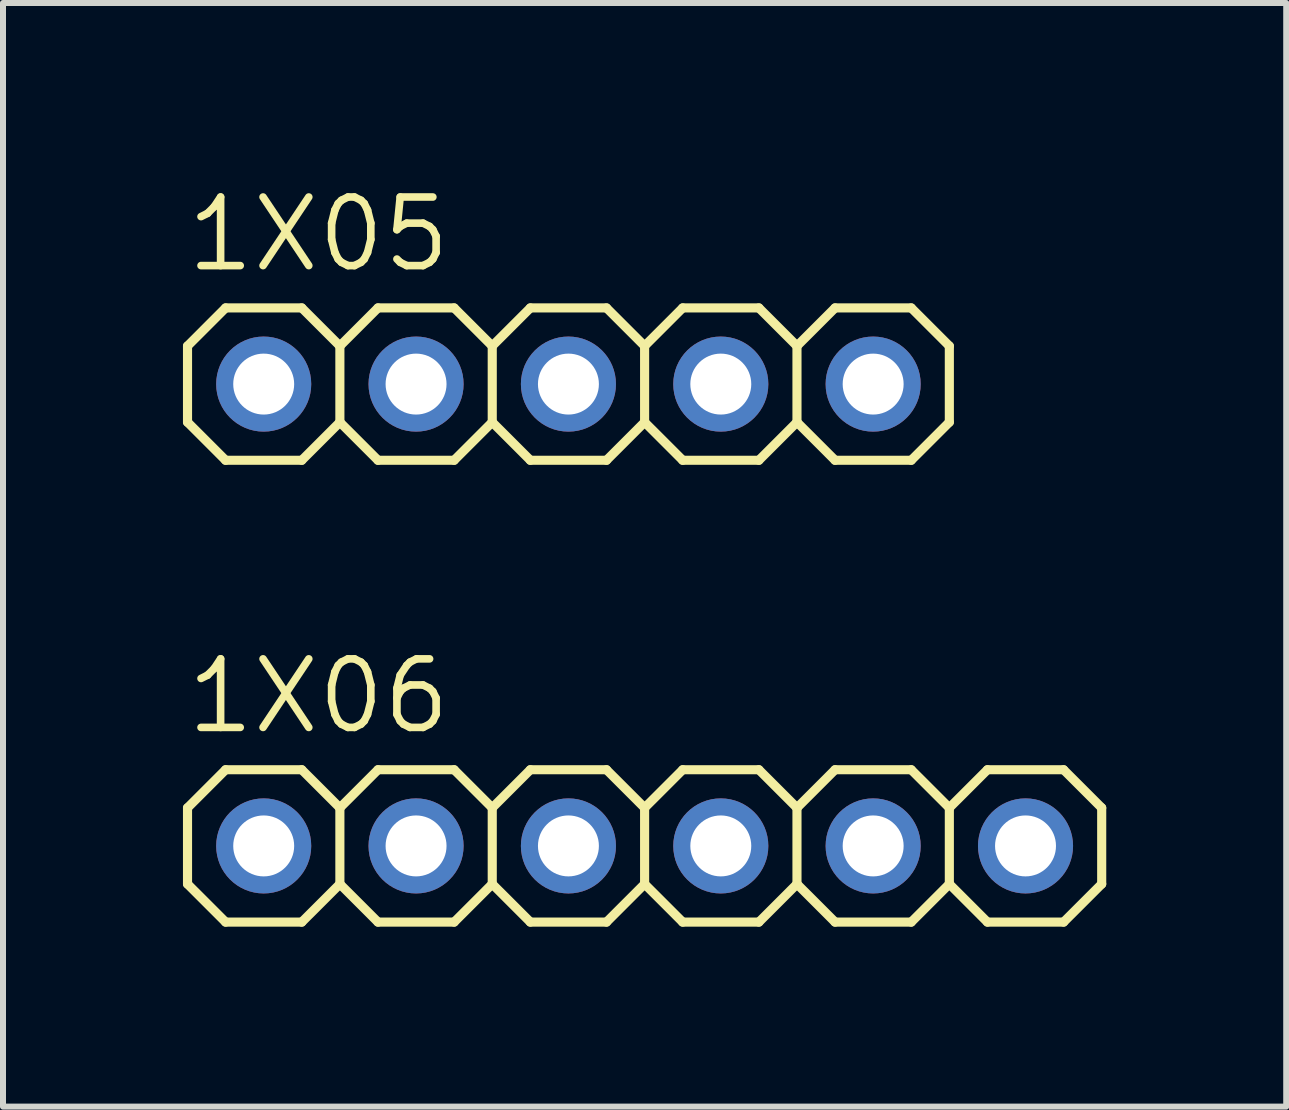
<source format=kicad_pcb>
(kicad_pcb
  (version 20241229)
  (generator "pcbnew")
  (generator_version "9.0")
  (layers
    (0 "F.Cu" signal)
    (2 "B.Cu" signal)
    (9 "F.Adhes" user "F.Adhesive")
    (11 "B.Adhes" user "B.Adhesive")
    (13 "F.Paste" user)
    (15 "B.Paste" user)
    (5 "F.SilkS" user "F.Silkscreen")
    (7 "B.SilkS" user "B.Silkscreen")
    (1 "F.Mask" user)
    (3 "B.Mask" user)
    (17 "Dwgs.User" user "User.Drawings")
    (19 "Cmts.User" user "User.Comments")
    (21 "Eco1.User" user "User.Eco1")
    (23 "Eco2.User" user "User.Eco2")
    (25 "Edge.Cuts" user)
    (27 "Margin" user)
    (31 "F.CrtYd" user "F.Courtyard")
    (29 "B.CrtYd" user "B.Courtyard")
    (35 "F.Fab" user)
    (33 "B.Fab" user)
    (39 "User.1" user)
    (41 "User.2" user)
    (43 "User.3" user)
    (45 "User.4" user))
  (footprint "1X05"
    (layer "F.Cu")
    (at 6.426 3.353)
    (property "Reference" "1X05" (at -6.426 -1.829 0) (layer "F.SilkS") (effects (font (size 1.143 1.143) (thickness 0.127)) (justify left bottom)))
    (fp_line (start -6.35 -0.635) (end -6.35 0.635) (stroke (width 0.152) (type solid)) (layer "F.SilkS"))
    (fp_line (start -6.35 0.635) (end -5.715 1.27) (stroke (width 0.152) (type solid)) (layer "F.SilkS"))
    (fp_line (start -5.715 -1.27) (end -6.35 -0.635) (stroke (width 0.152) (type solid)) (layer "F.SilkS"))
    (fp_line (start -5.715 -1.27) (end -4.445 -1.27) (stroke (width 0.152) (type solid)) (layer "F.SilkS"))
    (fp_line (start -4.445 -1.27) (end -3.81 -0.635) (stroke (width 0.152) (type solid)) (layer "F.SilkS"))
    (fp_line (start -4.445 1.27) (end -5.715 1.27) (stroke (width 0.152) (type solid)) (layer "F.SilkS"))
    (fp_line (start -3.81 -0.635) (end -3.81 0.635) (stroke (width 0.152) (type solid)) (layer "F.SilkS"))
    (fp_line (start -3.81 -0.635) (end -3.175 -1.27) (stroke (width 0.152) (type solid)) (layer "F.SilkS"))
    (fp_line (start -3.81 0.635) (end -4.445 1.27) (stroke (width 0.152) (type solid)) (layer "F.SilkS"))
    (fp_line (start -3.175 -1.27) (end -1.905 -1.27) (stroke (width 0.152) (type solid)) (layer "F.SilkS"))
    (fp_line (start -3.175 1.27) (end -3.81 0.635) (stroke (width 0.152) (type solid)) (layer "F.SilkS"))
    (fp_line (start -1.905 -1.27) (end -1.27 -0.635) (stroke (width 0.152) (type solid)) (layer "F.SilkS"))
    (fp_line (start -1.905 1.27) (end -3.175 1.27) (stroke (width 0.152) (type solid)) (layer "F.SilkS"))
    (fp_line (start -1.27 -0.635) (end -1.27 0.635) (stroke (width 0.152) (type solid)) (layer "F.SilkS"))
    (fp_line (start -1.27 -0.635) (end -0.635 -1.27) (stroke (width 0.152) (type solid)) (layer "F.SilkS"))
    (fp_line (start -1.27 0.635) (end -1.905 1.27) (stroke (width 0.152) (type solid)) (layer "F.SilkS"))
    (fp_line (start -0.635 -1.27) (end 0.635 -1.27) (stroke (width 0.152) (type solid)) (layer "F.SilkS"))
    (fp_line (start -0.635 1.27) (end -1.27 0.635) (stroke (width 0.152) (type solid)) (layer "F.SilkS"))
    (fp_line (start 0.635 -1.27) (end 1.27 -0.635) (stroke (width 0.152) (type solid)) (layer "F.SilkS"))
    (fp_line (start 0.635 1.27) (end -0.635 1.27) (stroke (width 0.152) (type solid)) (layer "F.SilkS"))
    (fp_line (start 1.27 -0.635) (end 1.27 0.635) (stroke (width 0.152) (type solid)) (layer "F.SilkS"))
    (fp_line (start 1.27 0.635) (end 0.635 1.27) (stroke (width 0.152) (type solid)) (layer "F.SilkS"))
    (fp_line (start 1.27 0.635) (end 1.905 1.27) (stroke (width 0.152) (type solid)) (layer "F.SilkS"))
    (fp_line (start 1.905 -1.27) (end 1.27 -0.635) (stroke (width 0.152) (type solid)) (layer "F.SilkS"))
    (fp_line (start 1.905 -1.27) (end 3.175 -1.27) (stroke (width 0.152) (type solid)) (layer "F.SilkS"))
    (fp_line (start 3.175 -1.27) (end 3.81 -0.635) (stroke (width 0.152) (type solid)) (layer "F.SilkS"))
    (fp_line (start 3.175 1.27) (end 1.905 1.27) (stroke (width 0.152) (type solid)) (layer "F.SilkS"))
    (fp_line (start 3.81 -0.635) (end 3.81 0.635) (stroke (width 0.152) (type solid)) (layer "F.SilkS"))
    (fp_line (start 3.81 0.635) (end 3.175 1.27) (stroke (width 0.152) (type solid)) (layer "F.SilkS"))
    (fp_line (start 3.81 0.635) (end 4.445 1.27) (stroke (width 0.152) (type solid)) (layer "F.SilkS"))
    (fp_line (start 4.445 -1.27) (end 3.81 -0.635) (stroke (width 0.152) (type solid)) (layer "F.SilkS"))
    (fp_line (start 4.445 -1.27) (end 5.715 -1.27) (stroke (width 0.152) (type solid)) (layer "F.SilkS"))
    (fp_line (start 5.715 -1.27) (end 6.35 -0.635) (stroke (width 0.152) (type solid)) (layer "F.SilkS"))
    (fp_line (start 5.715 1.27) (end 4.445 1.27) (stroke (width 0.152) (type solid)) (layer "F.SilkS"))
    (fp_line (start 6.35 -0.635) (end 6.35 0.635) (stroke (width 0.152) (type solid)) (layer "F.SilkS"))
    (fp_line (start 6.35 0.635) (end 5.715 1.27) (stroke (width 0.152) (type solid)) (layer "F.SilkS"))
    (fp_poly (pts (xy -5.334 0.254) (xy -4.826 0.254) (xy -4.826 -0.254) (xy -5.334 -0.254)) (stroke (width 0.1) (type solid)) (fill no) (layer "F.Fab"))
    (fp_poly (pts (xy -2.794 0.254) (xy -2.286 0.254) (xy -2.286 -0.254) (xy -2.794 -0.254)) (stroke (width 0.1) (type solid)) (fill no) (layer "F.Fab"))
    (fp_poly (pts (xy -0.254 0.254) (xy 0.254 0.254) (xy 0.254 -0.254) (xy -0.254 -0.254)) (stroke (width 0.1) (type solid)) (fill no) (layer "F.Fab"))
    (fp_poly (pts (xy 2.286 0.254) (xy 2.794 0.254) (xy 2.794 -0.254) (xy 2.286 -0.254)) (stroke (width 0.1) (type solid)) (fill no) (layer "F.Fab"))
    (fp_poly (pts (xy 4.826 0.254) (xy 5.334 0.254) (xy 5.334 -0.254) (xy 4.826 -0.254)) (stroke (width 0.1) (type solid)) (fill no) (layer "F.Fab"))
    (pad "1" thru_hole circle (at -5.08 0 90) (size 1.585 1.585) (drill 1.016) (layers "*.Cu" "*.Mask"))
    (pad "2" thru_hole circle (at -2.54 0 90) (size 1.585 1.585) (drill 1.016) (layers "*.Cu" "*.Mask"))
    (pad "3" thru_hole circle (at 0 0 90) (size 1.585 1.585) (drill 1.016) (layers "*.Cu" "*.Mask"))
    (pad "4" thru_hole circle (at 2.54 0 90) (size 1.585 1.585) (drill 1.016) (layers "*.Cu" "*.Mask"))
    (pad "5" thru_hole circle (at 5.08 0 90) (size 1.585 1.585) (drill 1.016) (layers "*.Cu" "*.Mask")))
  (footprint "1X06"
    (layer "F.Cu")
    (at 7.696 11.052)
    (property "Reference" "1X06" (at -7.696 -1.829 0) (layer "F.SilkS") (effects (font (size 1.143 1.143) (thickness 0.127)) (justify left bottom)))
    (fp_line (start -7.62 -0.635) (end -7.62 0.635) (stroke (width 0.152) (type solid)) (layer "F.SilkS"))
    (fp_line (start -7.62 0.635) (end -6.985 1.27) (stroke (width 0.152) (type solid)) (layer "F.SilkS"))
    (fp_line (start -6.985 -1.27) (end -7.62 -0.635) (stroke (width 0.152) (type solid)) (layer "F.SilkS"))
    (fp_line (start -6.985 -1.27) (end -5.715 -1.27) (stroke (width 0.152) (type solid)) (layer "F.SilkS"))
    (fp_line (start -5.715 -1.27) (end -5.08 -0.635) (stroke (width 0.152) (type solid)) (layer "F.SilkS"))
    (fp_line (start -5.715 1.27) (end -6.985 1.27) (stroke (width 0.152) (type solid)) (layer "F.SilkS"))
    (fp_line (start -5.08 -0.635) (end -5.08 0.635) (stroke (width 0.152) (type solid)) (layer "F.SilkS"))
    (fp_line (start -5.08 -0.635) (end -4.445 -1.27) (stroke (width 0.152) (type solid)) (layer "F.SilkS"))
    (fp_line (start -5.08 0.635) (end -5.715 1.27) (stroke (width 0.152) (type solid)) (layer "F.SilkS"))
    (fp_line (start -4.445 -1.27) (end -3.175 -1.27) (stroke (width 0.152) (type solid)) (layer "F.SilkS"))
    (fp_line (start -4.445 1.27) (end -5.08 0.635) (stroke (width 0.152) (type solid)) (layer "F.SilkS"))
    (fp_line (start -3.175 -1.27) (end -2.54 -0.635) (stroke (width 0.152) (type solid)) (layer "F.SilkS"))
    (fp_line (start -3.175 1.27) (end -4.445 1.27) (stroke (width 0.152) (type solid)) (layer "F.SilkS"))
    (fp_line (start -2.54 -0.635) (end -2.54 0.635) (stroke (width 0.152) (type solid)) (layer "F.SilkS"))
    (fp_line (start -2.54 -0.635) (end -1.905 -1.27) (stroke (width 0.152) (type solid)) (layer "F.SilkS"))
    (fp_line (start -2.54 0.635) (end -3.175 1.27) (stroke (width 0.152) (type solid)) (layer "F.SilkS"))
    (fp_line (start -1.905 -1.27) (end -0.635 -1.27) (stroke (width 0.152) (type solid)) (layer "F.SilkS"))
    (fp_line (start -1.905 1.27) (end -2.54 0.635) (stroke (width 0.152) (type solid)) (layer "F.SilkS"))
    (fp_line (start -0.635 -1.27) (end 0 -0.635) (stroke (width 0.152) (type solid)) (layer "F.SilkS"))
    (fp_line (start -0.635 1.27) (end -1.905 1.27) (stroke (width 0.152) (type solid)) (layer "F.SilkS"))
    (fp_line (start 0 -0.635) (end 0 0.635) (stroke (width 0.152) (type solid)) (layer "F.SilkS"))
    (fp_line (start 0 0.635) (end -0.635 1.27) (stroke (width 0.152) (type solid)) (layer "F.SilkS"))
    (fp_line (start 0 0.635) (end 0.635 1.27) (stroke (width 0.152) (type solid)) (layer "F.SilkS"))
    (fp_line (start 0.635 -1.27) (end 0 -0.635) (stroke (width 0.152) (type solid)) (layer "F.SilkS"))
    (fp_line (start 0.635 -1.27) (end 1.905 -1.27) (stroke (width 0.152) (type solid)) (layer "F.SilkS"))
    (fp_line (start 1.905 -1.27) (end 2.54 -0.635) (stroke (width 0.152) (type solid)) (layer "F.SilkS"))
    (fp_line (start 1.905 1.27) (end 0.635 1.27) (stroke (width 0.152) (type solid)) (layer "F.SilkS"))
    (fp_line (start 2.54 -0.635) (end 2.54 0.635) (stroke (width 0.152) (type solid)) (layer "F.SilkS"))
    (fp_line (start 2.54 -0.635) (end 3.175 -1.27) (stroke (width 0.152) (type solid)) (layer "F.SilkS"))
    (fp_line (start 2.54 0.635) (end 1.905 1.27) (stroke (width 0.152) (type solid)) (layer "F.SilkS"))
    (fp_line (start 3.175 -1.27) (end 4.445 -1.27) (stroke (width 0.152) (type solid)) (layer "F.SilkS"))
    (fp_line (start 3.175 1.27) (end 2.54 0.635) (stroke (width 0.152) (type solid)) (layer "F.SilkS"))
    (fp_line (start 4.445 -1.27) (end 5.08 -0.635) (stroke (width 0.152) (type solid)) (layer "F.SilkS"))
    (fp_line (start 4.445 1.27) (end 3.175 1.27) (stroke (width 0.152) (type solid)) (layer "F.SilkS"))
    (fp_line (start 5.08 -0.635) (end 5.08 0.635) (stroke (width 0.152) (type solid)) (layer "F.SilkS"))
    (fp_line (start 5.08 0.635) (end 4.445 1.27) (stroke (width 0.152) (type solid)) (layer "F.SilkS"))
    (fp_line (start 5.08 0.635) (end 5.715 1.27) (stroke (width 0.152) (type solid)) (layer "F.SilkS"))
    (fp_line (start 5.715 -1.27) (end 5.08 -0.635) (stroke (width 0.152) (type solid)) (layer "F.SilkS"))
    (fp_line (start 5.715 -1.27) (end 6.985 -1.27) (stroke (width 0.152) (type solid)) (layer "F.SilkS"))
    (fp_line (start 6.985 -1.27) (end 7.62 -0.635) (stroke (width 0.152) (type solid)) (layer "F.SilkS"))
    (fp_line (start 6.985 1.27) (end 5.715 1.27) (stroke (width 0.152) (type solid)) (layer "F.SilkS"))
    (fp_line (start 7.62 -0.635) (end 7.62 0.635) (stroke (width 0.152) (type solid)) (layer "F.SilkS"))
    (fp_line (start 7.62 0.635) (end 6.985 1.27) (stroke (width 0.152) (type solid)) (layer "F.SilkS"))
    (fp_poly (pts (xy -6.604 0.254) (xy -6.096 0.254) (xy -6.096 -0.254) (xy -6.604 -0.254)) (stroke (width 0.1) (type solid)) (fill no) (layer "F.Fab"))
    (fp_poly (pts (xy -4.064 0.254) (xy -3.556 0.254) (xy -3.556 -0.254) (xy -4.064 -0.254)) (stroke (width 0.1) (type solid)) (fill no) (layer "F.Fab"))
    (fp_poly (pts (xy -1.524 0.254) (xy -1.016 0.254) (xy -1.016 -0.254) (xy -1.524 -0.254)) (stroke (width 0.1) (type solid)) (fill no) (layer "F.Fab"))
    (fp_poly (pts (xy 1.016 0.254) (xy 1.524 0.254) (xy 1.524 -0.254) (xy 1.016 -0.254)) (stroke (width 0.1) (type solid)) (fill no) (layer "F.Fab"))
    (fp_poly (pts (xy 3.556 0.254) (xy 4.064 0.254) (xy 4.064 -0.254) (xy 3.556 -0.254)) (stroke (width 0.1) (type solid)) (fill no) (layer "F.Fab"))
    (fp_poly (pts (xy 6.096 0.254) (xy 6.604 0.254) (xy 6.604 -0.254) (xy 6.096 -0.254)) (stroke (width 0.1) (type solid)) (fill no) (layer "F.Fab"))
    (pad "1" thru_hole circle (at -6.35 0 90) (size 1.585 1.585) (drill 1.016) (layers "*.Cu" "*.Mask"))
    (pad "2" thru_hole circle (at -3.81 0 90) (size 1.585 1.585) (drill 1.016) (layers "*.Cu" "*.Mask"))
    (pad "3" thru_hole circle (at -1.27 0 90) (size 1.585 1.585) (drill 1.016) (layers "*.Cu" "*.Mask"))
    (pad "4" thru_hole circle (at 1.27 0 90) (size 1.585 1.585) (drill 1.016) (layers "*.Cu" "*.Mask"))
    (pad "5" thru_hole circle (at 3.81 0 90) (size 1.585 1.585) (drill 1.016) (layers "*.Cu" "*.Mask"))
    (pad "6" thru_hole circle (at 6.35 0 90) (size 1.585 1.585) (drill 1.016) (layers "*.Cu" "*.Mask")))
  (gr_rect
    (start -3 -3)
    (end 18.392 15.398)
    (stroke (width 0.1) (type default))
    (fill no)
    (layer "Edge.Cuts")))
</source>
